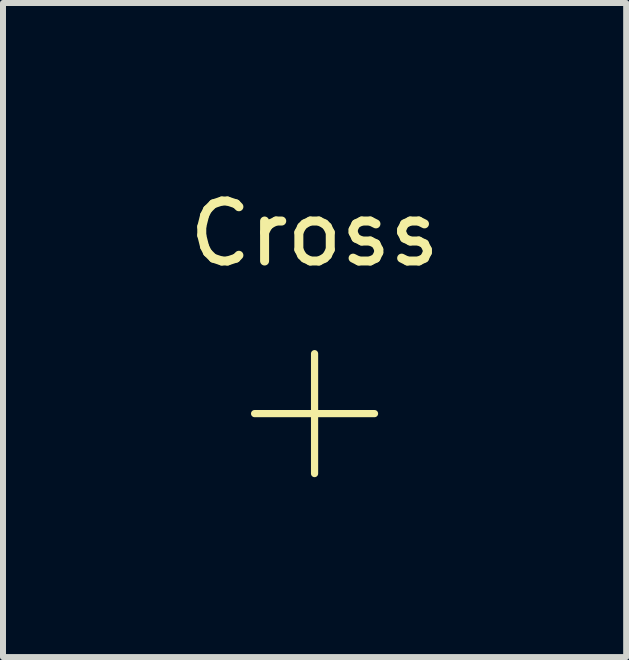
<source format=kicad_pcb>
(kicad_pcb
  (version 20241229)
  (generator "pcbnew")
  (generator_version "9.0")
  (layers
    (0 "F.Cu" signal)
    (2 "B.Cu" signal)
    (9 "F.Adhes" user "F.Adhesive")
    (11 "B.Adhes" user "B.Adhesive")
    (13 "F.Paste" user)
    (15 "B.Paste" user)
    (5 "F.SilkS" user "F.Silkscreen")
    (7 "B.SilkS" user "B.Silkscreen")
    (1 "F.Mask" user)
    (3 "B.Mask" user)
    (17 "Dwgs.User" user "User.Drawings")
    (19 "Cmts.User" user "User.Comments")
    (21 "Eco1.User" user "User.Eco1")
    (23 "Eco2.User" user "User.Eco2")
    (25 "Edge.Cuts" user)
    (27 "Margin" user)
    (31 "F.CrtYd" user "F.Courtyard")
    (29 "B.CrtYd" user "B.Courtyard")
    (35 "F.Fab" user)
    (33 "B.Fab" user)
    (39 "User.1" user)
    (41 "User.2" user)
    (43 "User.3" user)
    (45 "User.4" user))
  (footprint "Cross"
    (layer "F.Cu")
    (at 2.196 3.848)
    (property "Reference" "Cross" (at 0 -3 0) (layer "F.SilkS") (effects (font (size 1 1) (thickness 0.15))))
    (attr through_hole)
    (fp_line (start 0 -1) (end 0 1) (stroke (width 0.12) (type solid)) (layer "F.SilkS"))
    (fp_line (start 1 0) (end -1 0) (stroke (width 0.12) (type solid)) (layer "F.SilkS")))
  (gr_rect
    (start -3 -3)
    (end 7.393 7.908)
    (stroke (width 0.1) (type default))
    (fill no)
    (layer "Edge.Cuts")))
</source>
